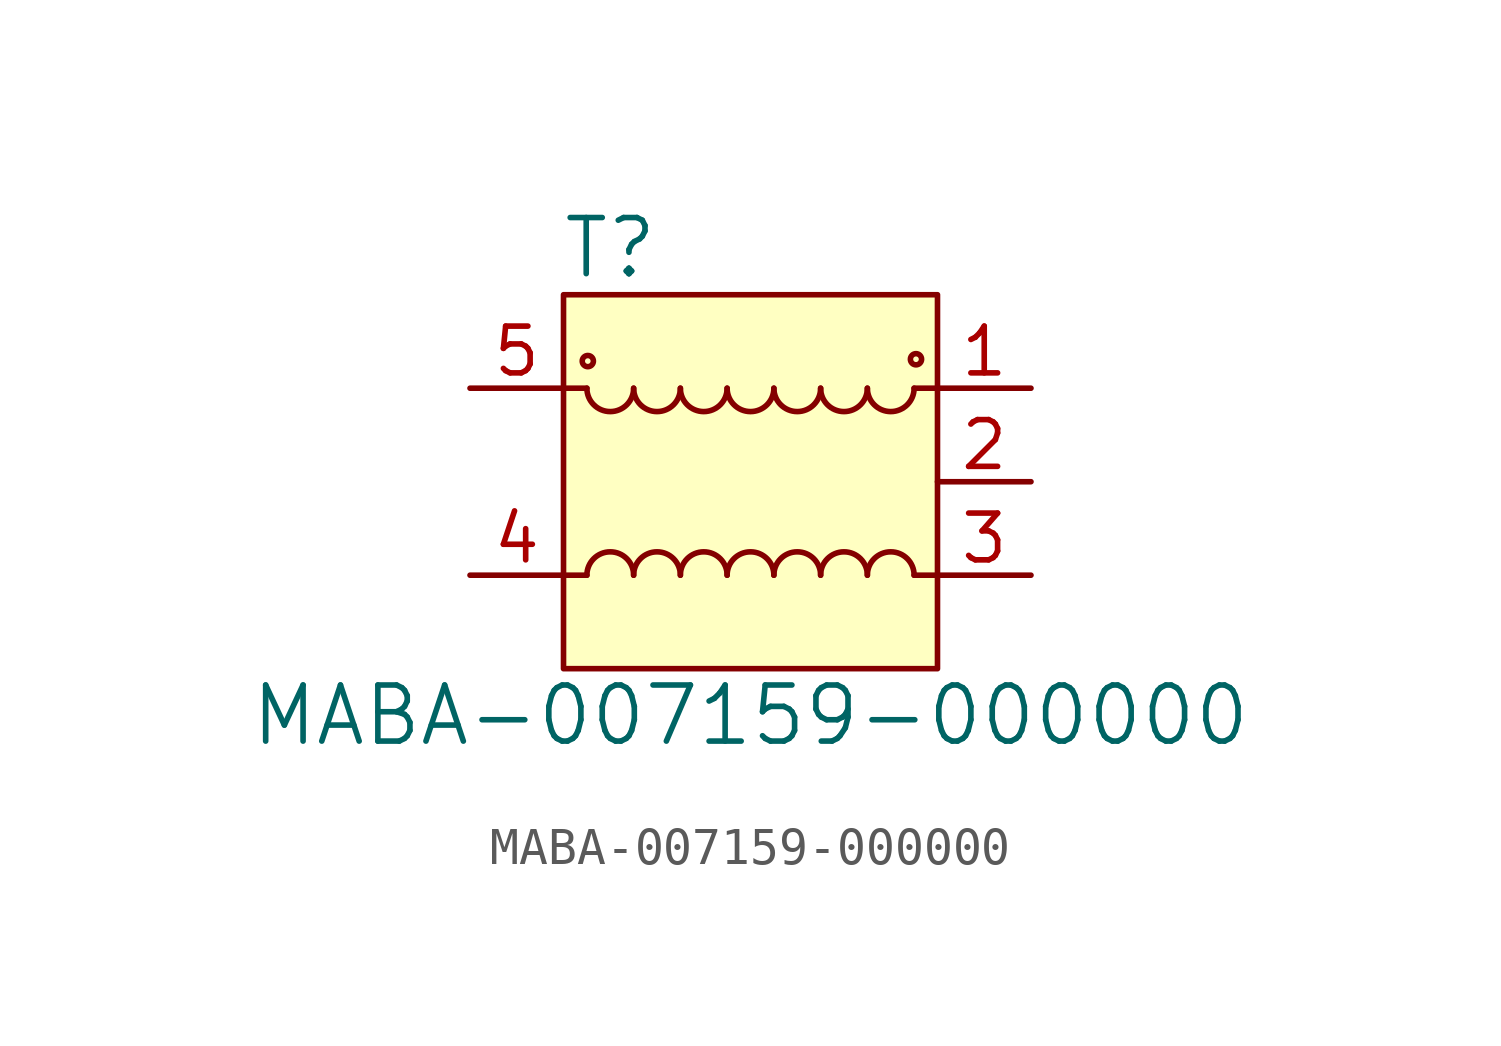
<source format=kicad_sym>
(kicad_symbol_lib
  (version 20201005)
  (generator kicad_symbol_editor)
  (symbol "MABA-007159-000000"
    (pin_names
      (offset 1.016))
    (property "Reference" "T"
      (at -3.81 6.35 0)
      (effects (font (size 1.524 1.524))))
    (property "Value" "MABA-007159-000000"
      (at 0 -6.35 0)
      (effects (font (size 1.524 1.524))))
    (symbol "MABA-007159-000000_0_1"
      (arc (start -3.175 -2.54) (end -4.445 -2.54) (radius (at -3.81 -2.54) (length 0.635) (angles 0.1 179.9)) (stroke (width 0)) (fill (type none)))
      (arc (start -4.445 2.54) (end -3.175 2.54) (radius (at -3.81 2.54) (length 0.635) (angles -179.9 -0.1)) (stroke (width 0)) (fill (type none)))
      (arc (start -1.905 -2.54) (end -3.175 -2.54) (radius (at -2.54 -2.54) (length 0.635) (angles 0.1 179.9)) (stroke (width 0)) (fill (type none)))
      (arc (start -3.175 2.54) (end -1.905 2.54) (radius (at -2.54 2.54) (length 0.635) (angles -179.9 -0.1)) (stroke (width 0)) (fill (type none)))
      (arc (start -0.635 -2.54) (end -1.905 -2.54) (radius (at -1.27 -2.54) (length 0.635) (angles 0.1 179.9)) (stroke (width 0)) (fill (type none)))
      (arc (start -1.905 2.54) (end -0.635 2.54) (radius (at -1.27 2.54) (length 0.635) (angles -179.9 -0.1)) (stroke (width 0)) (fill (type none)))
      (arc (start 0.635 -2.54) (end -0.635 -2.54) (radius (at 0 -2.54) (length 0.635) (angles 0.1 179.9)) (stroke (width 0)) (fill (type none)))
      (arc (start -0.635 2.54) (end 0.635 2.54) (radius (at 0 2.54) (length 0.635) (angles -179.9 -0.1)) (stroke (width 0)) (fill (type none)))
      (arc (start 1.905 -2.54) (end 0.635 -2.54) (radius (at 1.27 -2.54) (length 0.635) (angles 0.1 179.9)) (stroke (width 0)) (fill (type none)))
      (arc (start 0.635 2.54) (end 1.905 2.54) (radius (at 1.27 2.54) (length 0.635) (angles -179.9 -0.1)) (stroke (width 0)) (fill (type none)))
      (arc (start 3.175 -2.54) (end 1.905 -2.54) (radius (at 2.54 -2.54) (length 0.635) (angles 0.1 179.9)) (stroke (width 0)) (fill (type none)))
      (arc (start 1.905 2.54) (end 3.175 2.54) (radius (at 2.54 2.54) (length 0.635) (angles -179.9 -0.1)) (stroke (width 0)) (fill (type none)))
      (arc (start 4.445 -2.54) (end 3.175 -2.54) (radius (at 3.81 -2.54) (length 0.635) (angles 0.1 179.9)) (stroke (width 0)) (fill (type none)))
      (arc (start 3.175 2.54) (end 4.445 2.54) (radius (at 3.81 2.54) (length 0.635) (angles -179.9 -0.1)) (stroke (width 0)) (fill (type none)))
      (circle (center -4.42 3.277) (radius 0.076) (stroke (width 0)) (fill (type none)))
      (circle (center 4.496 3.327) (radius 0.076) (stroke (width 0)) (fill (type none)))
      (rectangle (start -5.08 5.08) (end 5.08 -5.08) (stroke (width 0)) (fill (type background)))
      (polyline (pts (xy -5.08 -2.54) (xy -4.445 -2.54)) (stroke (width 0)) (fill (type none)))
      (polyline (pts (xy -4.445 2.54) (xy -5.08 2.54)) (stroke (width 0)) (fill (type none)))
      (polyline (pts (xy 4.445 2.54) (xy 5.08 2.54)) (stroke (width 0)) (fill (type none)))
      (polyline (pts (xy 5.08 -2.54) (xy 4.445 -2.54)) (stroke (width 0)) (fill (type none))))
    (symbol "MABA-007159-000000_1_0"
      (pin unspecified line (at 7.62 0 180) (length 2.54) (name "~" (effects (font (size 1.27 1.27)))) (number "2" (effects (font (size 1.27 1.27))))))
    (symbol "MABA-007159-000000_1_1"
      (pin passive line (at 7.62 2.54 180) (length 2.54) (name "~" (effects (font (size 1.27 1.27)))) (number "1" (effects (font (size 1.27 1.27)))))
      (pin passive line (at 7.62 -2.54 180) (length 2.54) (name "~" (effects (font (size 1.27 1.27)))) (number "3" (effects (font (size 1.27 1.27)))))
      (pin passive line (at -7.62 -2.54 0) (length 2.54) (name "~" (effects (font (size 1.27 1.27)))) (number "4" (effects (font (size 1.27 1.27)))))
      (pin passive line (at -7.62 2.54 0) (length 2.54) (name "~" (effects (font (size 1.27 1.27)))) (number "5" (effects (font (size 1.27 1.27))))))))
</source>
